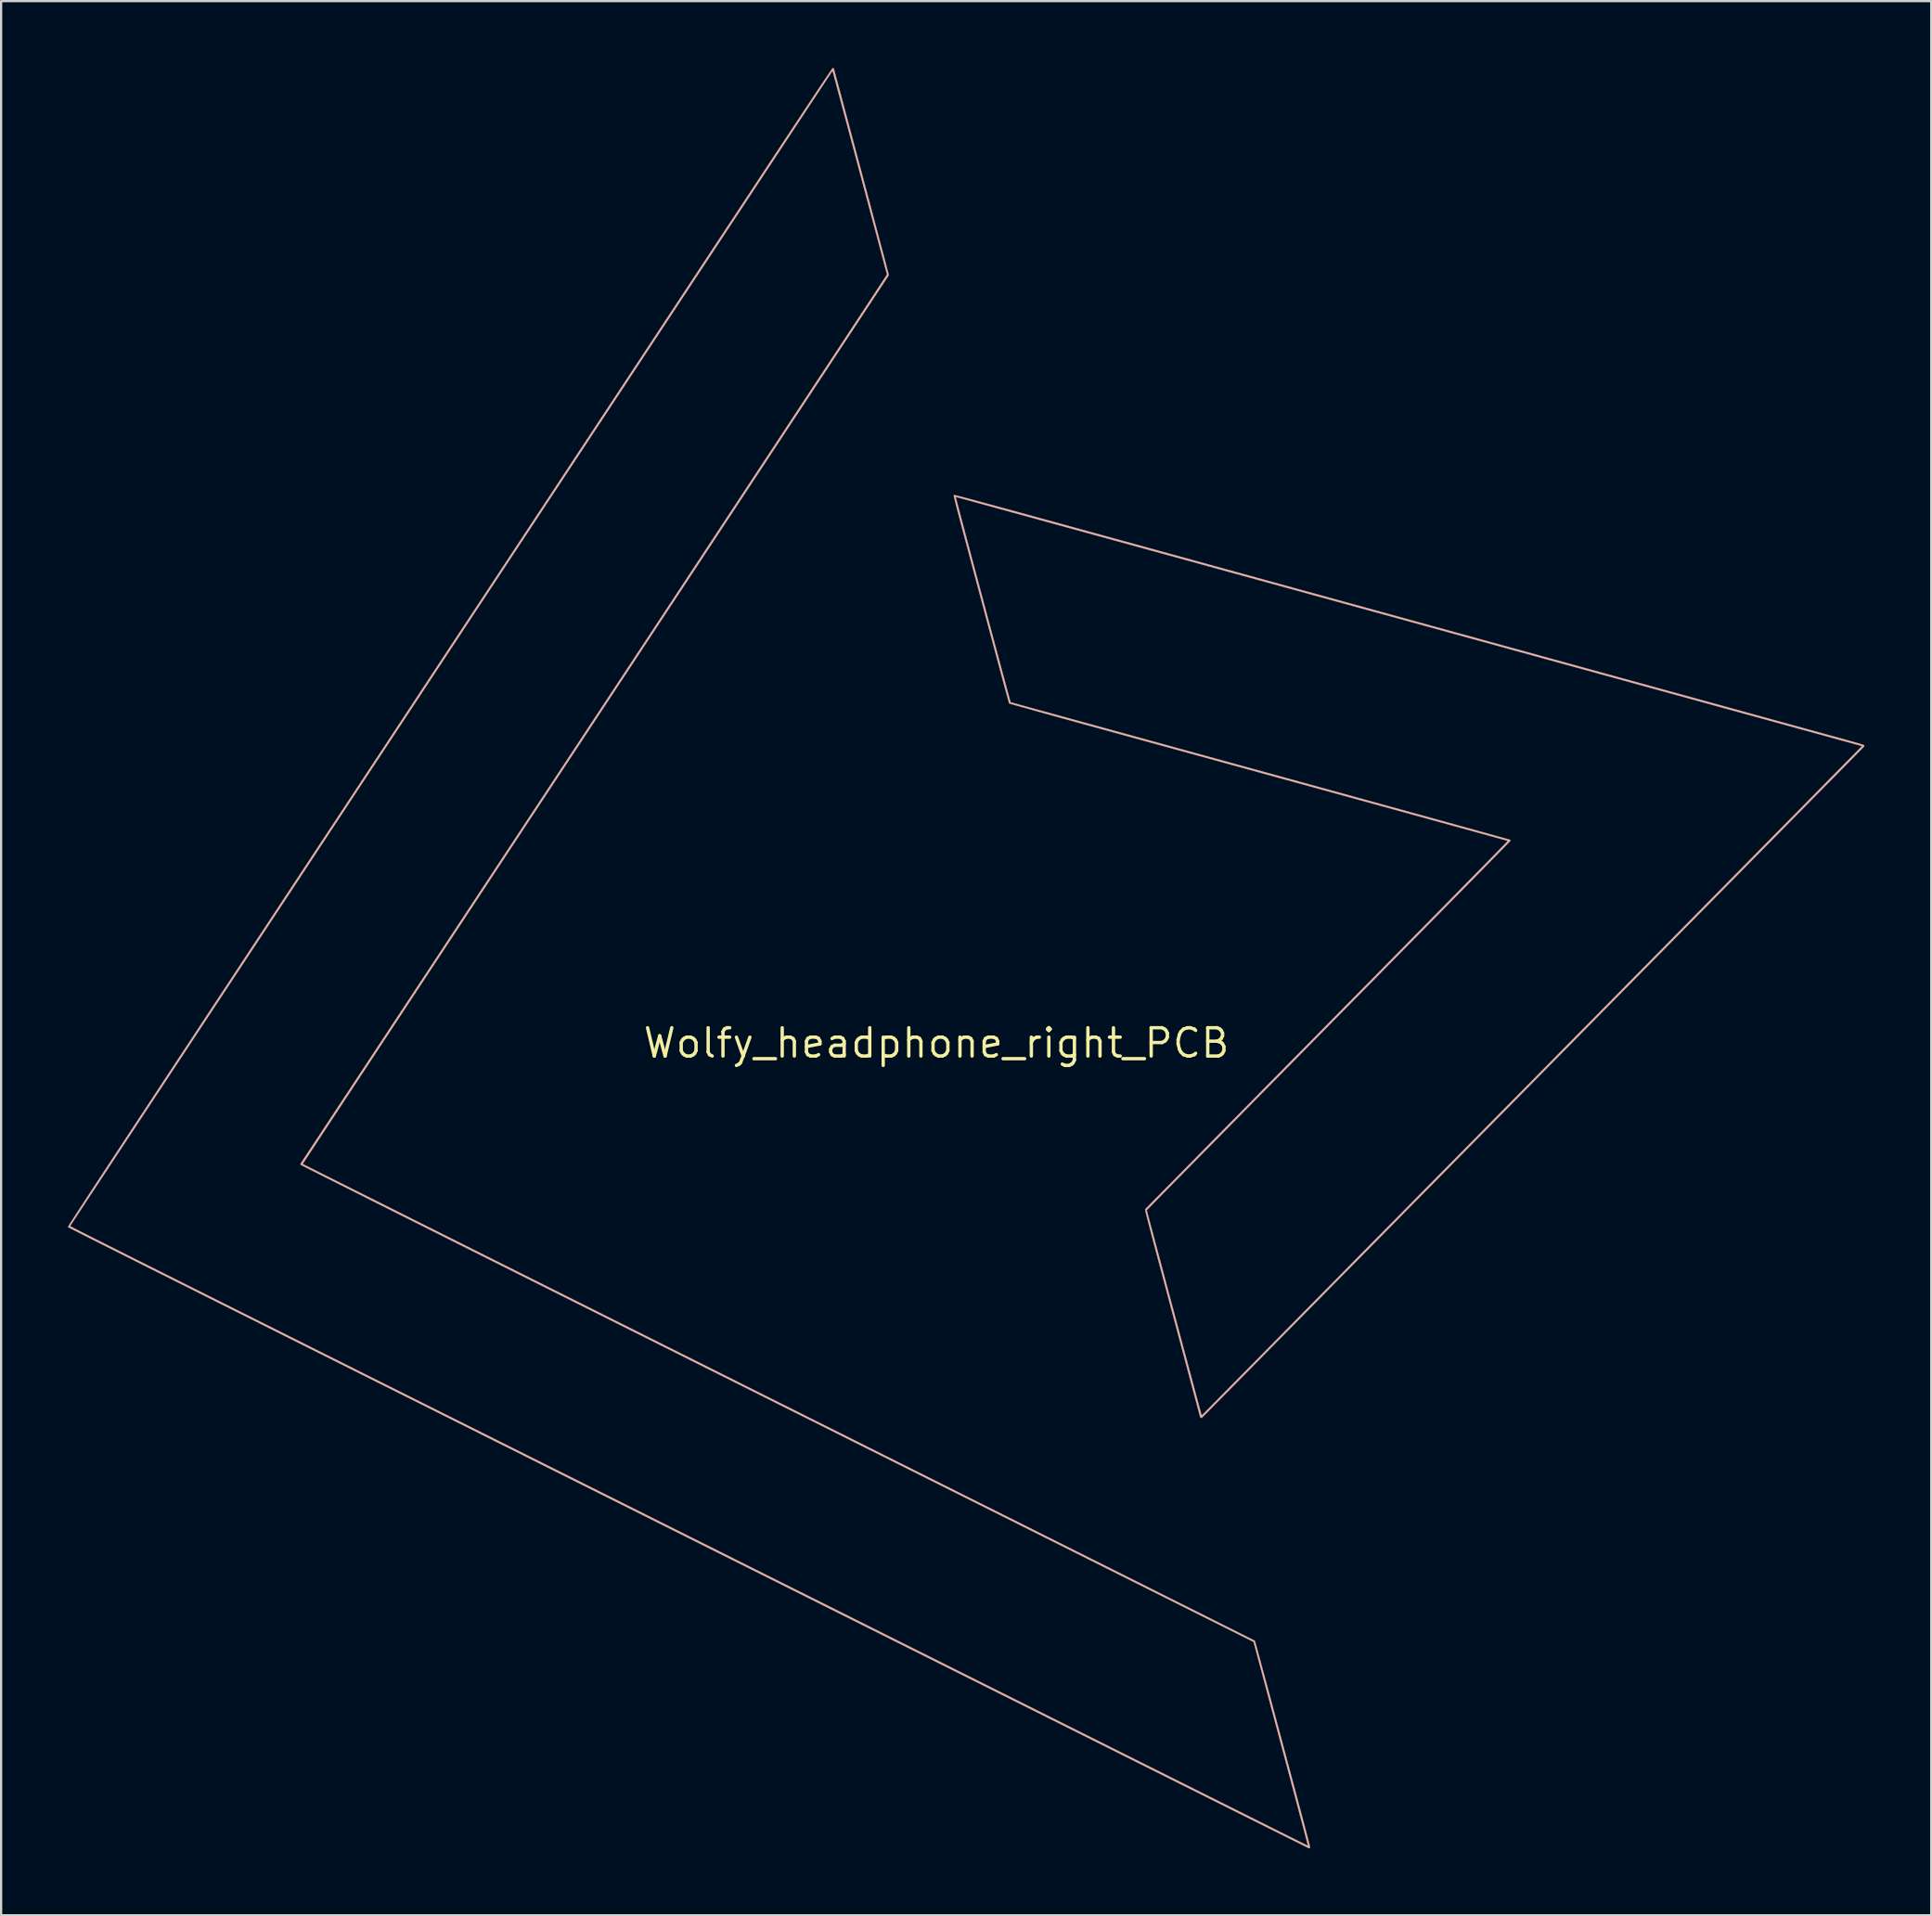
<source format=kicad_pcb>
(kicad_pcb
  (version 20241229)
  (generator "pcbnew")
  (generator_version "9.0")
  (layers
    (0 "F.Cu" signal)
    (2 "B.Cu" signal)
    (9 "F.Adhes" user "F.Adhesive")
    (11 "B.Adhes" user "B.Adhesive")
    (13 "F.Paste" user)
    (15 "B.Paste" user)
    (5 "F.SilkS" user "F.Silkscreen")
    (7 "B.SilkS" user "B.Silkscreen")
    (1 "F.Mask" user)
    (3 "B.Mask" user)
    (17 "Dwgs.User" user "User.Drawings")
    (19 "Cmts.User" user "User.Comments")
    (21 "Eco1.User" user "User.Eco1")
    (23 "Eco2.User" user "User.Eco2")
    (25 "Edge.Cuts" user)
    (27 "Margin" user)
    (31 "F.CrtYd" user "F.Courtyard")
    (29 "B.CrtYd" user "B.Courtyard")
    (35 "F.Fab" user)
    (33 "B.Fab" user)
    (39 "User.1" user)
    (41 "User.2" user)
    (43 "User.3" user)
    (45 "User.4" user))
  (footprint "Wolfy_headphone_right_PCB"
    (layer "F.Cu")
    (at 40.504 41.651)
    (property "Reference" "Wolfy_headphone_right_PCB" (at -1.5 2.15 0) (layer "F.SilkS") (effects (font (size 1.27 1.27) (thickness 0.15))))
    (attr through_hole)
    (fp_poly (pts (xy -0.703 -22.468) (xy -0.696 -22.467) (xy -0.686 -22.465) (xy -0.674 -22.463) (xy -0.658 -22.46) (xy -0.639 -22.456) (xy -0.616 -22.451) (xy -0.589 -22.444) (xy -0.557 -22.436) (xy -0.52 -22.427) (xy -0.478 -22.416) (xy -0.429 -22.404) (xy -0.375 -22.39) (xy -0.314 -22.373) (xy -0.246 -22.356) (xy -0.17 -22.335) (xy -0.087 -22.313) (xy 0.005 -22.289) (xy 0.104 -22.262) (xy 0.213 -22.233) (xy 0.331 -22.201) (xy 0.459 -22.166) (xy 0.597 -22.129) (xy 0.745 -22.088) (xy 0.904 -22.045) (xy 1.074 -21.999) (xy 1.256 -21.949) (xy 1.45 -21.896) (xy 1.656 -21.84) (xy 1.875 -21.78) (xy 2.107 -21.717) (xy 2.352 -21.649) (xy 2.611 -21.578) (xy 2.885 -21.503) (xy 3.173 -21.424) (xy 3.476 -21.341) (xy 3.795 -21.254) (xy 4.129 -21.162) (xy 4.48 -21.065) (xy 4.847 -20.965) (xy 5.231 -20.859) (xy 5.632 -20.749) (xy 6.051 -20.634) (xy 6.489 -20.513) (xy 6.944 -20.388) (xy 7.419 -20.258) (xy 7.913 -20.122) (xy 8.426 -19.981) (xy 8.959 -19.834) (xy 9.513 -19.682) (xy 10.087 -19.524) (xy 10.683 -19.36) (xy 11.3 -19.19) (xy 11.939 -19.014) (xy 12.601 -18.832) (xy 13.285 -18.644) (xy 13.992 -18.449) (xy 14.722 -18.248) (xy 15.477 -18.041) (xy 16.046 -17.884) (xy 16.875 -17.656) (xy 17.68 -17.435) (xy 18.461 -17.22) (xy 19.218 -17.011) (xy 19.953 -16.809) (xy 20.666 -16.613) (xy 21.356 -16.423) (xy 22.025 -16.239) (xy 22.673 -16.061) (xy 23.3 -15.888) (xy 23.907 -15.721) (xy 24.493 -15.56) (xy 25.061 -15.404) (xy 25.609 -15.253) (xy 26.138 -15.107) (xy 26.649 -14.967) (xy 27.142 -14.831) (xy 27.618 -14.7) (xy 28.077 -14.574) (xy 28.519 -14.452) (xy 28.945 -14.335) (xy 29.355 -14.222) (xy 29.75 -14.114) (xy 30.129 -14.009) (xy 30.494 -13.909) (xy 30.845 -13.812) (xy 31.183 -13.719) (xy 31.507 -13.63) (xy 31.818 -13.544) (xy 32.116 -13.462) (xy 32.403 -13.384) (xy 32.678 -13.308) (xy 32.941 -13.235) (xy 33.194 -13.166) (xy 33.436 -13.099) (xy 33.669 -13.035) (xy 33.891 -12.974) (xy 34.105 -12.915) (xy 34.31 -12.859) (xy 34.506 -12.805) (xy 34.694 -12.753) (xy 34.875 -12.703) (xy 35.049 -12.655) (xy 35.216 -12.609) (xy 35.377 -12.565) (xy 35.532 -12.522) (xy 35.682 -12.481) (xy 35.826 -12.442) (xy 35.966 -12.403) (xy 36.102 -12.366) (xy 36.234 -12.33) (xy 36.362 -12.294) (xy 36.488 -12.26) (xy 36.611 -12.226) (xy 36.731 -12.193) (xy 36.85 -12.16) (xy 36.968 -12.127) (xy 37.085 -12.095) (xy 37.201 -12.063) (xy 37.318 -12.031) (xy 37.434 -11.999) (xy 37.552 -11.967) (xy 37.67 -11.934) (xy 37.79 -11.901) (xy 37.912 -11.868) (xy 38.037 -11.834) (xy 38.124 -11.81) (xy 38.386 -11.737) (xy 38.625 -11.671) (xy 38.842 -11.612) (xy 39.038 -11.558) (xy 39.213 -11.509) (xy 39.369 -11.466) (xy 39.507 -11.427) (xy 39.629 -11.393) (xy 39.734 -11.363) (xy 39.825 -11.337) (xy 39.902 -11.315) (xy 39.967 -11.296) (xy 40.021 -11.28) (xy 40.063 -11.266) (xy 40.097 -11.255) (xy 40.123 -11.246) (xy 40.141 -11.238) (xy 40.153 -11.232) (xy 40.161 -11.227) (xy 40.165 -11.223) (xy 40.165 -11.223) (xy 40.173 -11.195) (xy 40.171 -11.178) (xy 40.162 -11.169) (xy 40.135 -11.142) (xy 40.091 -11.097) (xy 40.031 -11.035) (xy 39.954 -10.957) (xy 39.861 -10.863) (xy 39.752 -10.752) (xy 39.628 -10.626) (xy 39.489 -10.485) (xy 39.335 -10.329) (xy 39.167 -10.159) (xy 38.985 -9.974) (xy 38.79 -9.776) (xy 38.581 -9.564) (xy 38.36 -9.339) (xy 38.126 -9.102) (xy 37.88 -8.853) (xy 37.622 -8.591) (xy 37.353 -8.318) (xy 37.072 -8.034) (xy 36.781 -7.739) (xy 36.48 -7.433) (xy 36.169 -7.117) (xy 35.848 -6.792) (xy 35.518 -6.457) (xy 35.178 -6.113) (xy 34.831 -5.76) (xy 34.475 -5.399) (xy 34.111 -5.031) (xy 33.74 -4.654) (xy 33.361 -4.271) (xy 32.976 -3.88) (xy 32.585 -3.483) (xy 32.187 -3.08) (xy 31.784 -2.671) (xy 31.375 -2.256) (xy 30.961 -1.837) (xy 30.543 -1.413) (xy 30.12 -0.984) (xy 29.694 -0.552) (xy 29.264 -0.116) (xy 28.83 0.323) (xy 28.394 0.765) (xy 27.956 1.21) (xy 27.515 1.657) (xy 27.072 2.106) (xy 26.628 2.556) (xy 26.183 3.007) (xy 25.737 3.459) (xy 25.291 3.911) (xy 24.845 4.363) (xy 24.399 4.815) (xy 23.954 5.266) (xy 23.51 5.716) (xy 23.068 6.165) (xy 22.627 6.612) (xy 22.188 7.057) (xy 21.752 7.499) (xy 21.319 7.938) (xy 20.889 8.374) (xy 20.462 8.806) (xy 20.04 9.234) (xy 19.621 9.658) (xy 19.208 10.078) (xy 18.799 10.492) (xy 18.396 10.901) (xy 17.998 11.304) (xy 17.607 11.7) (xy 17.222 12.091) (xy 16.843 12.474) (xy 16.472 12.85) (xy 16.108 13.219) (xy 15.753 13.58) (xy 15.405 13.932) (xy 15.066 14.275) (xy 14.736 14.61) (xy 14.415 14.935) (xy 14.103 15.251) (xy 13.802 15.556) (xy 13.511 15.851) (xy 13.231 16.135) (xy 12.962 16.407) (xy 12.704 16.669) (xy 12.458 16.918) (xy 12.224 17.155) (xy 12.003 17.379) (xy 11.794 17.59) (xy 11.599 17.788) (xy 11.417 17.972) (xy 11.249 18.142) (xy 11.096 18.297) (xy 10.957 18.438) (xy 10.833 18.564) (xy 10.724 18.674) (xy 10.631 18.768) (xy 10.554 18.845) (xy 10.494 18.906) (xy 10.45 18.95) (xy 10.424 18.977) (xy 10.415 18.986) (xy 10.397 18.984) (xy 10.379 18.977) (xy 10.354 18.959) (xy 10.344 18.943) (xy 10.341 18.93) (xy 10.331 18.892) (xy 10.314 18.832) (xy 10.292 18.749) (xy 10.265 18.646) (xy 10.231 18.522) (xy 10.193 18.379) (xy 10.15 18.217) (xy 10.102 18.038) (xy 10.049 17.841) (xy 9.993 17.629) (xy 9.932 17.401) (xy 9.867 17.159) (xy 9.799 16.904) (xy 9.727 16.636) (xy 9.652 16.356) (xy 9.575 16.065) (xy 9.494 15.764) (xy 9.412 15.454) (xy 9.326 15.136) (xy 9.239 14.809) (xy 9.15 14.477) (xy 9.098 14.28) (xy 8.99 13.877) (xy 8.889 13.498) (xy 8.794 13.142) (xy 8.705 12.809) (xy 8.622 12.497) (xy 8.544 12.205) (xy 8.472 11.935) (xy 8.405 11.683) (xy 8.343 11.45) (xy 8.286 11.236) (xy 8.234 11.038) (xy 8.186 10.858) (xy 8.142 10.693) (xy 8.103 10.543) (xy 8.067 10.408) (xy 8.036 10.286) (xy 8.007 10.177) (xy 7.982 10.081) (xy 7.961 9.996) (xy 7.942 9.922) (xy 7.926 9.858) (xy 7.913 9.803) (xy 7.902 9.757) (xy 7.893 9.719) (xy 7.886 9.688) (xy 7.881 9.663) (xy 7.878 9.645) (xy 7.876 9.631) (xy 7.876 9.621) (xy 7.876 9.616) (xy 7.877 9.613) (xy 7.887 9.603) (xy 7.914 9.575) (xy 7.958 9.53) (xy 8.019 9.468) (xy 8.096 9.389) (xy 8.189 9.294) (xy 8.298 9.184) (xy 8.421 9.059) (xy 8.559 8.918) (xy 8.712 8.763) (xy 8.878 8.594) (xy 9.058 8.412) (xy 9.251 8.216) (xy 9.456 8.007) (xy 9.674 7.786) (xy 9.904 7.553) (xy 10.145 7.308) (xy 10.397 7.052) (xy 10.66 6.785) (xy 10.933 6.507) (xy 11.217 6.22) (xy 11.509 5.923) (xy 11.811 5.617) (xy 12.122 5.302) (xy 12.441 4.978) (xy 12.768 4.647) (xy 13.102 4.307) (xy 13.443 3.961) (xy 13.792 3.608) (xy 14.146 3.248) (xy 14.507 2.882) (xy 14.873 2.511) (xy 15.244 2.135) (xy 15.62 1.754) (xy 16 1.368) (xy 16.037 1.331) (xy 16.487 0.875) (xy 16.926 0.429) (xy 17.355 -0.006) (xy 17.773 -0.43) (xy 18.181 -0.843) (xy 18.577 -1.245) (xy 18.961 -1.636) (xy 19.334 -2.014) (xy 19.696 -2.381) (xy 20.044 -2.735) (xy 20.381 -3.077) (xy 20.705 -3.406) (xy 21.016 -3.722) (xy 21.314 -4.025) (xy 21.598 -4.314) (xy 21.869 -4.589) (xy 22.126 -4.851) (xy 22.369 -5.098) (xy 22.598 -5.33) (xy 22.812 -5.548) (xy 23.011 -5.752) (xy 23.196 -5.939) (xy 23.365 -6.112) (xy 23.518 -6.268) (xy 23.656 -6.409) (xy 23.778 -6.534) (xy 23.883 -6.642) (xy 23.972 -6.733) (xy 24.045 -6.808) (xy 24.1 -6.865) (xy 24.138 -6.905) (xy 24.159 -6.927) (xy 24.163 -6.932) (xy 24.15 -6.936) (xy 24.113 -6.946) (xy 24.053 -6.963) (xy 23.97 -6.986) (xy 23.866 -7.015) (xy 23.74 -7.05) (xy 23.594 -7.09) (xy 23.428 -7.136) (xy 23.242 -7.187) (xy 23.038 -7.243) (xy 22.816 -7.305) (xy 22.577 -7.371) (xy 22.321 -7.441) (xy 22.049 -7.516) (xy 21.761 -7.595) (xy 21.459 -7.679) (xy 21.143 -7.766) (xy 20.813 -7.856) (xy 20.471 -7.951) (xy 20.117 -8.048) (xy 19.751 -8.149) (xy 19.374 -8.253) (xy 18.987 -8.359) (xy 18.591 -8.468) (xy 18.186 -8.58) (xy 17.772 -8.693) (xy 17.351 -8.809) (xy 16.923 -8.927) (xy 16.489 -9.046) (xy 16.363 -9.081) (xy 15.898 -9.209) (xy 15.43 -9.338) (xy 14.957 -9.468) (xy 14.482 -9.598) (xy 14.006 -9.729) (xy 13.529 -9.86) (xy 13.053 -9.991) (xy 12.578 -10.122) (xy 12.107 -10.252) (xy 11.639 -10.38) (xy 11.177 -10.507) (xy 10.721 -10.633) (xy 10.272 -10.756) (xy 9.831 -10.877) (xy 9.4 -10.996) (xy 8.98 -11.112) (xy 8.571 -11.224) (xy 8.174 -11.333) (xy 7.792 -11.438) (xy 7.424 -11.539) (xy 7.072 -11.636) (xy 6.737 -11.728) (xy 6.421 -11.815) (xy 6.124 -11.897) (xy 5.847 -11.973) (xy 5.591 -12.044) (xy 5.358 -12.108) (xy 5.18 -12.156) (xy 4.893 -12.235) (xy 4.613 -12.313) (xy 4.339 -12.388) (xy 4.074 -12.461) (xy 3.818 -12.532) (xy 3.573 -12.6) (xy 3.339 -12.665) (xy 3.117 -12.726) (xy 2.908 -12.784) (xy 2.714 -12.839) (xy 2.534 -12.889) (xy 2.372 -12.934) (xy 2.226 -12.975) (xy 2.098 -13.011) (xy 1.99 -13.042) (xy 1.902 -13.067) (xy 1.835 -13.086) (xy 1.79 -13.099) (xy 1.769 -13.106) (xy 1.767 -13.107) (xy 1.762 -13.121) (xy 1.751 -13.158) (xy 1.735 -13.217) (xy 1.712 -13.299) (xy 1.684 -13.402) (xy 1.65 -13.526) (xy 1.611 -13.668) (xy 1.567 -13.83) (xy 1.519 -14.009) (xy 1.466 -14.205) (xy 1.408 -14.417) (xy 1.347 -14.645) (xy 1.282 -14.886) (xy 1.213 -15.142) (xy 1.141 -15.41) (xy 1.066 -15.689) (xy 0.988 -15.98) (xy 0.907 -16.281) (xy 0.824 -16.591) (xy 0.739 -16.91) (xy 0.652 -17.236) (xy 0.562 -17.569) (xy 0.506 -17.783) (xy 0.398 -18.185) (xy 0.297 -18.563) (xy 0.202 -18.918) (xy 0.113 -19.251) (xy 0.03 -19.562) (xy -0.047 -19.853) (xy -0.119 -20.123) (xy -0.186 -20.373) (xy -0.248 -20.605) (xy -0.305 -20.82) (xy -0.357 -21.016) (xy -0.405 -21.197) (xy -0.449 -21.361) (xy -0.488 -21.511) (xy -0.524 -21.646) (xy -0.556 -21.768) (xy -0.584 -21.877) (xy -0.609 -21.973) (xy -0.631 -22.059) (xy -0.65 -22.133) (xy -0.666 -22.198) (xy -0.68 -22.253) (xy -0.691 -22.3) (xy -0.7 -22.34) (xy -0.707 -22.372) (xy -0.709 -22.382) (xy -0.632 -22.382) (xy -0.63 -22.369) (xy -0.621 -22.333) (xy -0.606 -22.274) (xy -0.585 -22.194) (xy -0.559 -22.094) (xy -0.527 -21.974) (xy -0.491 -21.836) (xy -0.45 -21.68) (xy -0.405 -21.508) (xy -0.355 -21.322) (xy -0.302 -21.12) (xy -0.245 -20.906) (xy -0.185 -20.68) (xy -0.122 -20.442) (xy -0.056 -20.195) (xy 0.012 -19.938) (xy 0.083 -19.674) (xy 0.155 -19.402) (xy 0.229 -19.125) (xy 0.305 -18.843) (xy 0.381 -18.557) (xy 0.458 -18.268) (xy 0.536 -17.977) (xy 0.614 -17.686) (xy 0.692 -17.395) (xy 0.769 -17.105) (xy 0.846 -16.818) (xy 0.922 -16.534) (xy 0.997 -16.254) (xy 1.07 -15.98) (xy 1.142 -15.713) (xy 1.212 -15.453) (xy 1.28 -15.201) (xy 1.345 -14.959) (xy 1.407 -14.728) (xy 1.466 -14.509) (xy 1.522 -14.302) (xy 1.574 -14.109) (xy 1.622 -13.931) (xy 1.666 -13.768) (xy 1.705 -13.623) (xy 1.74 -13.495) (xy 1.77 -13.387) (xy 1.794 -13.298) (xy 1.813 -13.23) (xy 1.826 -13.184) (xy 1.833 -13.162) (xy 1.834 -13.159) (xy 1.847 -13.155) (xy 1.884 -13.145) (xy 1.943 -13.129) (xy 2.024 -13.107) (xy 2.125 -13.079) (xy 2.246 -13.045) (xy 2.386 -13.007) (xy 2.543 -12.964) (xy 2.717 -12.916) (xy 2.907 -12.864) (xy 3.111 -12.807) (xy 3.33 -12.747) (xy 3.561 -12.684) (xy 3.804 -12.617) (xy 4.058 -12.547) (xy 4.322 -12.475) (xy 4.594 -12.4) (xy 4.875 -12.323) (xy 5.163 -12.243) (xy 5.358 -12.19) (xy 6.286 -11.935) (xy 7.189 -11.687) (xy 8.068 -11.445) (xy 8.923 -11.21) (xy 9.753 -10.982) (xy 10.56 -10.76) (xy 11.342 -10.545) (xy 12.101 -10.336) (xy 12.836 -10.134) (xy 13.547 -9.939) (xy 14.234 -9.749) (xy 14.898 -9.567) (xy 15.538 -9.391) (xy 16.155 -9.221) (xy 16.749 -9.058) (xy 17.319 -8.9) (xy 17.866 -8.75) (xy 18.39 -8.605) (xy 18.891 -8.467) (xy 19.37 -8.336) (xy 19.825 -8.21) (xy 20.258 -8.091) (xy 20.668 -7.978) (xy 21.055 -7.871) (xy 21.42 -7.77) (xy 21.763 -7.676) (xy 22.083 -7.587) (xy 22.381 -7.505) (xy 22.657 -7.428) (xy 22.911 -7.358) (xy 23.143 -7.294) (xy 23.353 -7.236) (xy 23.541 -7.183) (xy 23.707 -7.137) (xy 23.852 -7.097) (xy 23.975 -7.062) (xy 24.077 -7.033) (xy 24.157 -7.011) (xy 24.216 -6.994) (xy 24.254 -6.983) (xy 24.271 -6.977) (xy 24.272 -6.977) (xy 24.278 -6.953) (xy 24.278 -6.935) (xy 24.269 -6.924) (xy 24.242 -6.896) (xy 24.198 -6.85) (xy 24.136 -6.786) (xy 24.058 -6.705) (xy 23.963 -6.607) (xy 23.851 -6.493) (xy 23.722 -6.361) (xy 23.577 -6.213) (xy 23.416 -6.049) (xy 23.24 -5.869) (xy 23.047 -5.673) (xy 22.839 -5.461) (xy 22.616 -5.234) (xy 22.378 -4.992) (xy 22.125 -4.734) (xy 21.857 -4.462) (xy 21.575 -4.175) (xy 21.278 -3.874) (xy 20.968 -3.558) (xy 20.643 -3.229) (xy 20.305 -2.885) (xy 19.953 -2.528) (xy 19.588 -2.158) (xy 19.21 -1.774) (xy 18.819 -1.377) (xy 18.416 -0.967) (xy 18 -0.545) (xy 17.571 -0.111) (xy 17.131 0.336) (xy 16.678 0.795) (xy 16.318 1.16) (xy 15.941 1.543) (xy 15.567 1.922) (xy 15.198 2.296) (xy 14.833 2.666) (xy 14.474 3.03) (xy 14.12 3.389) (xy 13.772 3.742) (xy 13.431 4.088) (xy 13.096 4.427) (xy 12.769 4.759) (xy 12.449 5.083) (xy 12.138 5.399) (xy 11.835 5.707) (xy 11.541 6.005) (xy 11.256 6.294) (xy 10.981 6.573) (xy 10.716 6.842) (xy 10.461 7.1) (xy 10.218 7.347) (xy 9.986 7.582) (xy 9.765 7.806) (xy 9.557 8.017) (xy 9.362 8.215) (xy 9.179 8.4) (xy 9.01 8.572) (xy 8.855 8.729) (xy 8.714 8.872) (xy 8.588 9) (xy 8.477 9.113) (xy 8.382 9.21) (xy 8.302 9.291) (xy 8.239 9.355) (xy 8.192 9.403) (xy 8.163 9.433) (xy 8.154 9.442) (xy 7.946 9.656) (xy 9.174 14.257) (xy 9.264 14.591) (xy 9.352 14.92) (xy 9.437 15.241) (xy 9.521 15.554) (xy 9.603 15.859) (xy 9.682 16.154) (xy 9.758 16.438) (xy 9.831 16.711) (xy 9.901 16.972) (xy 9.967 17.22) (xy 10.03 17.454) (xy 10.088 17.673) (xy 10.143 17.877) (xy 10.193 18.064) (xy 10.239 18.233) (xy 10.279 18.385) (xy 10.315 18.518) (xy 10.345 18.63) (xy 10.37 18.722) (xy 10.389 18.793) (xy 10.402 18.841) (xy 10.409 18.865) (xy 10.41 18.869) (xy 10.421 18.864) (xy 10.446 18.843) (xy 10.483 18.808) (xy 10.53 18.763) (xy 10.584 18.709) (xy 10.602 18.69) (xy 10.618 18.675) (xy 10.65 18.641) (xy 10.701 18.59) (xy 10.768 18.522) (xy 10.851 18.437) (xy 10.951 18.336) (xy 11.068 18.218) (xy 11.199 18.084) (xy 11.347 17.935) (xy 11.509 17.77) (xy 11.686 17.59) (xy 11.878 17.396) (xy 12.084 17.187) (xy 12.304 16.964) (xy 12.538 16.727) (xy 12.785 16.476) (xy 13.045 16.213) (xy 13.318 15.936) (xy 13.603 15.647) (xy 13.9 15.345) (xy 14.209 15.032) (xy 14.53 14.707) (xy 14.862 14.37) (xy 15.205 14.022) (xy 15.558 13.664) (xy 15.922 13.295) (xy 16.296 12.916) (xy 16.68 12.527) (xy 17.073 12.128) (xy 17.475 11.72) (xy 17.886 11.304) (xy 18.306 10.878) (xy 18.734 10.444) (xy 19.17 10.002) (xy 19.613 9.553) (xy 20.064 9.096) (xy 20.522 8.631) (xy 20.987 8.16) (xy 21.458 7.683) (xy 21.935 7.199) (xy 22.418 6.709) (xy 22.907 6.214) (xy 23.401 5.713) (xy 23.9 5.207) (xy 24.403 4.697) (xy 24.911 4.182) (xy 25.423 3.663) (xy 25.424 3.662) (xy 25.935 3.144) (xy 26.442 2.63) (xy 26.944 2.121) (xy 27.442 1.617) (xy 27.934 1.118) (xy 28.421 0.624) (xy 28.902 0.136) (xy 29.377 -0.345) (xy 29.846 -0.821) (xy 30.308 -1.289) (xy 30.763 -1.751) (xy 31.211 -2.205) (xy 31.652 -2.652) (xy 32.085 -3.091) (xy 32.509 -3.521) (xy 32.926 -3.943) (xy 33.333 -4.357) (xy 33.732 -4.761) (xy 34.121 -5.156) (xy 34.501 -5.541) (xy 34.871 -5.916) (xy 35.231 -6.281) (xy 35.58 -6.635) (xy 35.919 -6.978) (xy 36.246 -7.311) (xy 36.563 -7.631) (xy 36.867 -7.94) (xy 37.16 -8.237) (xy 37.44 -8.522) (xy 37.708 -8.793) (xy 37.964 -9.052) (xy 38.206 -9.298) (xy 38.434 -9.53) (xy 38.649 -9.748) (xy 38.85 -9.952) (xy 39.037 -10.141) (xy 39.209 -10.316) (xy 39.366 -10.475) (xy 39.509 -10.62) (xy 39.635 -10.748) (xy 39.746 -10.861) (xy 39.841 -10.957) (xy 39.919 -11.037) (xy 39.981 -11.1) (xy 40.026 -11.145) (xy 40.054 -11.174) (xy 40.064 -11.184) (xy 40.064 -11.184) (xy 40.054 -11.191) (xy 40.026 -11.202) (xy 39.983 -11.215) (xy 39.969 -11.219) (xy 39.953 -11.223) (xy 39.914 -11.234) (xy 39.85 -11.251) (xy 39.763 -11.275) (xy 39.654 -11.305) (xy 39.522 -11.342) (xy 39.368 -11.384) (xy 39.192 -11.432) (xy 38.995 -11.486) (xy 38.778 -11.546) (xy 38.539 -11.612) (xy 38.281 -11.683) (xy 38.003 -11.759) (xy 37.706 -11.841) (xy 37.39 -11.928) (xy 37.056 -12.02) (xy 36.704 -12.117) (xy 36.334 -12.219) (xy 35.947 -12.325) (xy 35.543 -12.436) (xy 35.123 -12.552) (xy 34.687 -12.672) (xy 34.235 -12.796) (xy 33.768 -12.924) (xy 33.286 -13.057) (xy 32.79 -13.193) (xy 32.28 -13.334) (xy 31.757 -13.478) (xy 31.22 -13.625) (xy 30.671 -13.777) (xy 30.109 -13.931) (xy 29.536 -14.089) (xy 28.951 -14.25) (xy 28.355 -14.414) (xy 27.748 -14.581) (xy 27.131 -14.751) (xy 26.504 -14.923) (xy 25.867 -15.098) (xy 25.222 -15.276) (xy 24.567 -15.456) (xy 23.905 -15.638) (xy 23.235 -15.823) (xy 22.557 -16.009) (xy 21.872 -16.198) (xy 21.181 -16.388) (xy 20.483 -16.58) (xy 19.779 -16.774) (xy 19.622 -16.817) (xy 18.918 -17.011) (xy 18.219 -17.203) (xy 17.527 -17.393) (xy 16.841 -17.582) (xy 16.163 -17.769) (xy 15.492 -17.953) (xy 14.829 -18.136) (xy 14.174 -18.316) (xy 13.527 -18.494) (xy 12.89 -18.669) (xy 12.262 -18.841) (xy 11.644 -19.011) (xy 11.036 -19.179) (xy 10.439 -19.343) (xy 9.854 -19.504) (xy 9.279 -19.662) (xy 8.717 -19.816) (xy 8.166 -19.968) (xy 7.629 -20.115) (xy 7.104 -20.26) (xy 6.593 -20.4) (xy 6.096 -20.537) (xy 5.614 -20.669) (xy 5.146 -20.798) (xy 4.693 -20.922) (xy 4.255 -21.042) (xy 3.834 -21.158) (xy 3.429 -21.269) (xy 3.04 -21.376) (xy 2.669 -21.478) (xy 2.315 -21.575) (xy 1.979 -21.667) (xy 1.662 -21.755) (xy 1.363 -21.836) (xy 1.083 -21.913) (xy 0.823 -21.984) (xy 0.583 -22.05) (xy 0.364 -22.111) (xy 0.165 -22.165) (xy -0.013 -22.214) (xy -0.17 -22.256) (xy -0.304 -22.293) (xy -0.416 -22.324) (xy -0.505 -22.348) (xy -0.571 -22.366) (xy -0.613 -22.377) (xy -0.632 -22.382) (xy -0.632 -22.382) (xy -0.709 -22.382) (xy -0.713 -22.398) (xy -0.716 -22.418) (xy -0.719 -22.434) (xy -0.72 -22.446) (xy -0.72 -22.454) (xy -0.719 -22.459) (xy -0.717 -22.463) (xy -0.715 -22.465) (xy -0.715 -22.466) (xy -0.714 -22.467) (xy -0.712 -22.467) (xy -0.708 -22.468) (xy -0.703 -22.468)) (stroke (width 0.01) (type solid)) (fill yes) (layer "B.SilkS"))
    (fp_poly (pts (xy -6.124 -41.638) (xy -6.113 -41.634) (xy -6.109 -41.621) (xy -6.098 -41.584) (xy -6.082 -41.526) (xy -6.061 -41.445) (xy -6.033 -41.345) (xy -6.001 -41.225) (xy -5.964 -41.086) (xy -5.922 -40.931) (xy -5.876 -40.759) (xy -5.825 -40.571) (xy -5.771 -40.37) (xy -5.714 -40.155) (xy -5.653 -39.928) (xy -5.589 -39.69) (xy -5.523 -39.442) (xy -5.454 -39.185) (xy -5.384 -38.92) (xy -5.311 -38.648) (xy -5.237 -38.369) (xy -5.161 -38.086) (xy -5.085 -37.799) (xy -5.007 -37.509) (xy -4.929 -37.218) (xy -4.851 -36.925) (xy -4.774 -36.633) (xy -4.696 -36.342) (xy -4.619 -36.053) (xy -4.543 -35.767) (xy -4.468 -35.486) (xy -4.395 -35.211) (xy -4.323 -34.941) (xy -4.254 -34.68) (xy -4.186 -34.426) (xy -4.121 -34.182) (xy -4.06 -33.949) (xy -4.001 -33.727) (xy -3.945 -33.518) (xy -3.893 -33.323) (xy -3.845 -33.142) (xy -3.802 -32.977) (xy -3.763 -32.828) (xy -3.728 -32.698) (xy -3.699 -32.586) (xy -3.675 -32.494) (xy -3.656 -32.423) (xy -3.644 -32.374) (xy -3.637 -32.347) (xy -3.636 -32.343) (xy -3.643 -32.332) (xy -3.664 -32.3) (xy -3.699 -32.247) (xy -3.746 -32.174) (xy -3.807 -32.082) (xy -3.881 -31.969) (xy -3.967 -31.838) (xy -4.066 -31.687) (xy -4.178 -31.518) (xy -4.301 -31.331) (xy -4.436 -31.126) (xy -4.583 -30.903) (xy -4.741 -30.663) (xy -4.91 -30.406) (xy -5.09 -30.132) (xy -5.281 -29.842) (xy -5.483 -29.536) (xy -5.695 -29.215) (xy -5.917 -28.878) (xy -6.149 -28.526) (xy -6.39 -28.16) (xy -6.641 -27.779) (xy -6.902 -27.384) (xy -7.171 -26.976) (xy -7.449 -26.554) (xy -7.735 -26.119) (xy -8.031 -25.672) (xy -8.334 -25.212) (xy -8.645 -24.74) (xy -8.964 -24.257) (xy -9.29 -23.762) (xy -9.624 -23.256) (xy -9.964 -22.739) (xy -10.312 -22.212) (xy -10.666 -21.675) (xy -11.027 -21.129) (xy -11.394 -20.572) (xy -11.767 -20.007) (xy -12.145 -19.433) (xy -12.53 -18.85) (xy -12.919 -18.26) (xy -13.314 -17.662) (xy -13.714 -17.056) (xy -14.118 -16.443) (xy -14.527 -15.823) (xy -14.94 -15.197) (xy -15.357 -14.565) (xy -15.778 -13.927) (xy -16.203 -13.283) (xy -16.631 -12.635) (xy -16.8 -12.378) (xy -17.229 -11.727) (xy -17.655 -11.082) (xy -18.078 -10.441) (xy -18.496 -9.807) (xy -18.911 -9.178) (xy -19.321 -8.556) (xy -19.728 -7.941) (xy -20.129 -7.332) (xy -20.526 -6.731) (xy -20.917 -6.137) (xy -21.304 -5.552) (xy -21.684 -4.975) (xy -22.06 -4.406) (xy -22.429 -3.846) (xy -22.792 -3.296) (xy -23.149 -2.755) (xy -23.499 -2.224) (xy -23.842 -1.704) (xy -24.179 -1.194) (xy -24.508 -0.694) (xy -24.83 -0.207) (xy -25.144 0.27) (xy -25.45 0.734) (xy -25.748 1.186) (xy -26.038 1.626) (xy -26.32 2.052) (xy -26.592 2.466) (xy -26.856 2.866) (xy -27.111 3.252) (xy -27.356 3.624) (xy -27.591 3.981) (xy -27.817 4.323) (xy -28.033 4.651) (xy -28.239 4.963) (xy -28.434 5.259) (xy -28.618 5.538) (xy -28.792 5.802) (xy -28.954 6.048) (xy -29.106 6.278) (xy -29.245 6.49) (xy -29.373 6.684) (xy -29.489 6.86) (xy -29.593 7.017) (xy -29.684 7.156) (xy -29.763 7.276) (xy -29.829 7.376) (xy -29.882 7.456) (xy -29.921 7.517) (xy -29.948 7.557) (xy -29.96 7.576) (xy -29.961 7.578) (xy -29.95 7.584) (xy -29.916 7.601) (xy -29.861 7.629) (xy -29.783 7.668) (xy -29.685 7.718) (xy -29.565 7.778) (xy -29.425 7.849) (xy -29.264 7.929) (xy -29.084 8.02) (xy -28.884 8.12) (xy -28.665 8.23) (xy -28.427 8.35) (xy -28.17 8.478) (xy -27.896 8.616) (xy -27.603 8.763) (xy -27.293 8.918) (xy -26.966 9.082) (xy -26.622 9.254) (xy -26.262 9.435) (xy -25.886 9.623) (xy -25.494 9.82) (xy -25.087 10.024) (xy -24.664 10.236) (xy -24.227 10.454) (xy -23.776 10.68) (xy -23.311 10.913) (xy -22.832 11.153) (xy -22.34 11.4) (xy -21.835 11.653) (xy -21.317 11.912) (xy -20.787 12.177) (xy -20.246 12.448) (xy -19.693 12.725) (xy -19.129 13.008) (xy -18.553 13.296) (xy -17.968 13.589) (xy -17.372 13.887) (xy -16.767 14.19) (xy -16.152 14.498) (xy -15.528 14.81) (xy -14.896 15.126) (xy -14.255 15.447) (xy -13.606 15.772) (xy -12.95 16.1) (xy -12.286 16.432) (xy -11.615 16.768) (xy -10.938 17.107) (xy -10.255 17.449) (xy -9.565 17.794) (xy -8.87 18.142) (xy -8.591 18.282) (xy -7.893 18.63) (xy -7.202 18.977) (xy -6.516 19.32) (xy -5.836 19.66) (xy -5.162 19.997) (xy -4.495 20.331) (xy -3.836 20.661) (xy -3.184 20.987) (xy -2.539 21.31) (xy -1.903 21.628) (xy -1.276 21.942) (xy -0.657 22.252) (xy -0.047 22.557) (xy 0.552 22.857) (xy 1.142 23.152) (xy 1.722 23.442) (xy 2.291 23.727) (xy 2.849 24.006) (xy 3.395 24.28) (xy 3.93 24.548) (xy 4.453 24.81) (xy 4.964 25.065) (xy 5.461 25.314) (xy 5.946 25.557) (xy 6.417 25.793) (xy 6.875 26.022) (xy 7.318 26.244) (xy 7.747 26.459) (xy 8.16 26.666) (xy 8.559 26.866) (xy 8.942 27.058) (xy 9.309 27.242) (xy 9.66 27.417) (xy 9.995 27.585) (xy 10.312 27.744) (xy 10.612 27.894) (xy 10.894 28.036) (xy 11.159 28.168) (xy 11.405 28.292) (xy 11.632 28.406) (xy 11.84 28.51) (xy 12.029 28.605) (xy 12.198 28.69) (xy 12.347 28.764) (xy 12.475 28.829) (xy 12.583 28.883) (xy 12.669 28.926) (xy 12.734 28.959) (xy 12.777 28.981) (xy 12.798 28.992) (xy 12.8 28.993) (xy 12.805 29.006) (xy 12.816 29.044) (xy 12.833 29.104) (xy 12.856 29.186) (xy 12.885 29.29) (xy 12.919 29.414) (xy 12.958 29.559) (xy 13.003 29.722) (xy 13.052 29.903) (xy 13.106 30.102) (xy 13.164 30.317) (xy 13.227 30.548) (xy 13.293 30.795) (xy 13.364 31.055) (xy 13.438 31.329) (xy 13.515 31.616) (xy 13.595 31.914) (xy 13.678 32.224) (xy 13.764 32.544) (xy 13.852 32.873) (xy 13.943 33.211) (xy 14.036 33.557) (xy 14.059 33.643) (xy 14.167 34.046) (xy 14.268 34.425) (xy 14.363 34.782) (xy 14.453 35.115) (xy 14.536 35.427) (xy 14.614 35.719) (xy 14.686 35.99) (xy 14.753 36.241) (xy 14.815 36.474) (xy 14.872 36.688) (xy 14.925 36.886) (xy 14.973 37.066) (xy 15.016 37.231) (xy 15.056 37.381) (xy 15.091 37.516) (xy 15.123 37.637) (xy 15.151 37.745) (xy 15.176 37.842) (xy 15.198 37.926) (xy 15.216 38) (xy 15.232 38.063) (xy 15.246 38.117) (xy 15.256 38.162) (xy 15.265 38.2) (xy 15.271 38.23) (xy 15.276 38.253) (xy 15.279 38.271) (xy 15.281 38.284) (xy 15.281 38.292) (xy 15.28 38.297) (xy 15.279 38.297) (xy 15.256 38.315) (xy 15.24 38.318) (xy 15.228 38.313) (xy 15.194 38.296) (xy 15.137 38.268) (xy 15.059 38.229) (xy 14.959 38.179) (xy 14.839 38.119) (xy 14.697 38.048) (xy 14.535 37.967) (xy 14.352 37.876) (xy 14.15 37.775) (xy 13.927 37.664) (xy 13.686 37.544) (xy 13.425 37.414) (xy 13.146 37.274) (xy 12.849 37.125) (xy 12.533 36.968) (xy 12.199 36.801) (xy 11.848 36.626) (xy 11.48 36.441) (xy 11.095 36.249) (xy 10.693 36.048) (xy 10.276 35.839) (xy 9.842 35.622) (xy 9.392 35.398) (xy 8.927 35.165) (xy 8.448 34.925) (xy 7.953 34.678) (xy 7.444 34.424) (xy 6.921 34.162) (xy 6.384 33.893) (xy 5.834 33.618) (xy 5.27 33.336) (xy 4.694 33.048) (xy 4.104 32.753) (xy 3.503 32.453) (xy 2.89 32.146) (xy 2.265 31.833) (xy 1.629 31.515) (xy 0.981 31.191) (xy 0.323 30.862) (xy -0.345 30.528) (xy -1.024 30.188) (xy -1.712 29.844) (xy -2.41 29.495) (xy -3.117 29.141) (xy -3.833 28.783) (xy -4.557 28.421) (xy -5.29 28.054) (xy -6.031 27.684) (xy -6.779 27.309) (xy -7.535 26.931) (xy -8.298 26.549) (xy -9.067 26.164) (xy -9.843 25.776) (xy -10.625 25.385) (xy -11.413 24.991) (xy -12.206 24.594) (xy -12.632 24.381) (xy -13.627 23.883) (xy -14.599 23.396) (xy -15.549 22.921) (xy -16.477 22.456) (xy -17.384 22.003) (xy -18.269 21.56) (xy -19.132 21.128) (xy -19.974 20.706) (xy -20.796 20.295) (xy -21.597 19.895) (xy -22.377 19.504) (xy -23.137 19.124) (xy -23.877 18.753) (xy -24.598 18.392) (xy -25.299 18.042) (xy -25.98 17.7) (xy -26.643 17.369) (xy -27.287 17.047) (xy -27.912 16.734) (xy -28.518 16.43) (xy -29.107 16.135) (xy -29.677 15.85) (xy -30.23 15.573) (xy -30.766 15.305) (xy -31.284 15.045) (xy -31.785 14.794) (xy -32.269 14.551) (xy -32.737 14.317) (xy -33.189 14.091) (xy -33.624 13.873) (xy -34.044 13.663) (xy -34.448 13.46) (xy -34.836 13.265) (xy -35.209 13.078) (xy -35.568 12.899) (xy -35.911 12.727) (xy -36.24 12.561) (xy -36.555 12.404) (xy -36.856 12.253) (xy -37.143 12.109) (xy -37.416 11.972) (xy -37.676 11.841) (xy -37.923 11.717) (xy -38.157 11.6) (xy -38.378 11.488) (xy -38.587 11.383) (xy -38.783 11.285) (xy -38.968 11.192) (xy -39.141 11.105) (xy -39.302 11.023) (xy -39.452 10.948) (xy -39.591 10.878) (xy -39.718 10.813) (xy -39.836 10.754) (xy -39.943 10.7) (xy -40.04 10.651) (xy -40.126 10.606) (xy -40.204 10.567) (xy -40.271 10.533) (xy -40.33 10.503) (xy -40.379 10.477) (xy -40.419 10.456) (xy -40.451 10.439) (xy -40.475 10.427) (xy -40.49 10.418) (xy -40.498 10.414) (xy -40.499 10.413) (xy -40.499 10.411) (xy -40.499 10.408) (xy -40.497 10.404) (xy -40.494 10.398) (xy -40.49 10.39) (xy -40.485 10.38) (xy -40.479 10.369) (xy -40.407 10.369) (xy -40.402 10.373) (xy -40.386 10.382) (xy -40.36 10.396) (xy -40.322 10.416) (xy -40.273 10.441) (xy -40.212 10.473) (xy -40.139 10.51) (xy -40.054 10.553) (xy -39.956 10.603) (xy -39.846 10.659) (xy -39.722 10.722) (xy -39.586 10.791) (xy -39.436 10.866) (xy -39.272 10.949) (xy -39.094 11.039) (xy -38.902 11.135) (xy -38.696 11.239) (xy -38.475 11.35) (xy -38.238 11.469) (xy -37.987 11.596) (xy -37.72 11.73) (xy -37.437 11.872) (xy -37.138 12.022) (xy -36.823 12.18) (xy -36.491 12.346) (xy -36.143 12.521) (xy -35.778 12.704) (xy -35.395 12.896) (xy -34.995 13.097) (xy -34.576 13.306) (xy -34.14 13.525) (xy -33.686 13.752) (xy -33.213 13.989) (xy -32.721 14.236) (xy -32.21 14.491) (xy -31.68 14.757) (xy -31.13 15.032) (xy -30.561 15.317) (xy -29.971 15.612) (xy -29.361 15.918) (xy -28.731 16.233) (xy -28.079 16.559) (xy -27.407 16.896) (xy -26.713 17.243) (xy -25.997 17.601) (xy -25.26 17.97) (xy -24.501 18.35) (xy -23.719 18.742) (xy -23.386 18.908) (xy -22.204 19.499) (xy -21.045 20.079) (xy -19.908 20.648) (xy -18.794 21.206) (xy -17.701 21.752) (xy -16.631 22.288) (xy -15.581 22.813) (xy -14.554 23.327) (xy -13.547 23.831) (xy -12.562 24.324) (xy -11.597 24.807) (xy -10.653 25.279) (xy -9.73 25.741) (xy -8.827 26.193) (xy -7.944 26.635) (xy -7.081 27.066) (xy -6.237 27.488) (xy -5.414 27.9) (xy -4.609 28.303) (xy -3.824 28.696) (xy -3.058 29.079) (xy -2.311 29.453) (xy -1.582 29.817) (xy -0.872 30.173) (xy -0.18 30.519) (xy 0.493 30.856) (xy 1.149 31.184) (xy 1.787 31.503) (xy 2.408 31.814) (xy 3.011 32.116) (xy 3.597 32.409) (xy 4.166 32.693) (xy 4.718 32.97) (xy 5.254 33.238) (xy 5.773 33.497) (xy 6.276 33.749) (xy 6.763 33.993) (xy 7.234 34.228) (xy 7.689 34.456) (xy 8.129 34.676) (xy 8.554 34.888) (xy 8.963 35.093) (xy 9.357 35.29) (xy 9.737 35.48) (xy 10.102 35.663) (xy 10.452 35.838) (xy 10.789 36.006) (xy 11.111 36.167) (xy 11.42 36.322) (xy 11.714 36.469) (xy 11.996 36.61) (xy 12.264 36.744) (xy 12.519 36.871) (xy 12.761 36.992) (xy 12.99 37.107) (xy 13.207 37.215) (xy 13.411 37.318) (xy 13.603 37.414) (xy 13.783 37.504) (xy 13.952 37.588) (xy 14.108 37.666) (xy 14.254 37.739) (xy 14.388 37.806) (xy 14.511 37.867) (xy 14.623 37.923) (xy 14.724 37.974) (xy 14.815 38.019) (xy 14.895 38.059) (xy 14.965 38.094) (xy 15.026 38.124) (xy 15.076 38.149) (xy 15.117 38.17) (xy 15.149 38.185) (xy 15.171 38.196) (xy 15.184 38.203) (xy 15.189 38.205) (xy 15.186 38.193) (xy 15.177 38.157) (xy 15.162 38.099) (xy 15.141 38.018) (xy 15.114 37.916) (xy 15.082 37.795) (xy 15.045 37.653) (xy 15.002 37.494) (xy 14.955 37.317) (xy 14.904 37.123) (xy 14.848 36.913) (xy 14.788 36.688) (xy 14.724 36.449) (xy 14.657 36.196) (xy 14.587 35.932) (xy 14.513 35.655) (xy 14.436 35.368) (xy 14.357 35.071) (xy 14.275 34.766) (xy 14.192 34.452) (xy 14.106 34.131) (xy 14.018 33.803) (xy 14.013 33.783) (xy 13.924 33.453) (xy 13.838 33.129) (xy 13.753 32.811) (xy 13.67 32.501) (xy 13.589 32.199) (xy 13.51 31.906) (xy 13.435 31.623) (xy 13.362 31.351) (xy 13.292 31.091) (xy 13.226 30.843) (xy 13.163 30.61) (xy 13.105 30.391) (xy 13.05 30.187) (xy 13 30) (xy 12.955 29.83) (xy 12.914 29.679) (xy 12.878 29.546) (xy 12.848 29.434) (xy 12.824 29.342) (xy 12.805 29.273) (xy 12.792 29.226) (xy 12.786 29.203) (xy 12.743 29.046) (xy -8.65 18.342) (xy -9.578 17.877) (xy -10.484 17.424) (xy -11.367 16.982) (xy -12.228 16.552) (xy -13.066 16.132) (xy -13.883 15.723) (xy -14.678 15.325) (xy -15.451 14.939) (xy -16.202 14.563) (xy -16.932 14.197) (xy -17.64 13.843) (xy -18.327 13.499) (xy -18.993 13.165) (xy -19.638 12.842) (xy -20.263 12.53) (xy -20.866 12.227) (xy -21.449 11.935) (xy -22.012 11.654) (xy -22.554 11.382) (xy -23.076 11.121) (xy -23.578 10.869) (xy -24.06 10.627) (xy -24.522 10.396) (xy -24.965 10.174) (xy -25.388 9.962) (xy -25.792 9.759) (xy -26.177 9.566) (xy -26.543 9.383) (xy -26.889 9.209) (xy -27.217 9.044) (xy -27.526 8.889) (xy -27.817 8.743) (xy -28.089 8.606) (xy -28.343 8.479) (xy -28.579 8.36) (xy -28.797 8.25) (xy -28.996 8.15) (xy -29.179 8.058) (xy -29.343 7.975) (xy -29.49 7.901) (xy -29.62 7.835) (xy -29.733 7.778) (xy -29.828 7.729) (xy -29.907 7.689) (xy -29.968 7.658) (xy -30.013 7.634) (xy -30.042 7.619) (xy -30.054 7.612) (xy -30.055 7.612) (xy -30.058 7.59) (xy -30.049 7.561) (xy -30.028 7.525) (xy -30.02 7.513) (xy -29.998 7.479) (xy -29.962 7.425) (xy -29.913 7.351) (xy -29.851 7.257) (xy -29.777 7.144) (xy -29.689 7.011) (xy -29.589 6.859) (xy -29.477 6.689) (xy -29.352 6.5) (xy -29.216 6.294) (xy -29.068 6.07) (xy -28.909 5.829) (xy -28.739 5.57) (xy -28.558 5.296) (xy -28.366 5.004) (xy -28.163 4.697) (xy -27.95 4.375) (xy -27.727 4.037) (xy -27.494 3.684) (xy -27.252 3.317) (xy -27 2.935) (xy -26.739 2.539) (xy -26.469 2.13) (xy -26.19 1.707) (xy -25.903 1.271) (xy -25.607 0.823) (xy -25.303 0.362) (xy -24.991 -0.11) (xy -24.671 -0.595) (xy -24.344 -1.09) (xy -24.01 -1.597) (xy -23.669 -2.114) (xy -23.321 -2.642) (xy -22.966 -3.18) (xy -22.605 -3.727) (xy -22.237 -4.284) (xy -21.864 -4.849) (xy -21.485 -5.424) (xy -21.1 -6.007) (xy -20.71 -6.598) (xy -20.315 -7.196) (xy -19.916 -7.802) (xy -19.511 -8.415) (xy -19.102 -9.035) (xy -18.689 -9.662) (xy -18.272 -10.294) (xy -17.851 -10.932) (xy -17.426 -11.575) (xy -16.998 -12.224) (xy -16.854 -12.442) (xy -16.425 -13.092) (xy -15.999 -13.737) (xy -15.577 -14.377) (xy -15.159 -15.011) (xy -14.745 -15.639) (xy -14.335 -16.26) (xy -13.929 -16.875) (xy -13.528 -17.483) (xy -13.132 -18.084) (xy -12.741 -18.677) (xy -12.355 -19.262) (xy -11.974 -19.839) (xy -11.6 -20.407) (xy -11.231 -20.966) (xy -10.868 -21.516) (xy -10.512 -22.056) (xy -10.162 -22.587) (xy -9.819 -23.107) (xy -9.483 -23.616) (xy -9.154 -24.115) (xy -8.833 -24.602) (xy -8.519 -25.078) (xy -8.214 -25.542) (xy -7.916 -25.993) (xy -7.627 -26.432) (xy -7.346 -26.858) (xy -7.074 -27.271) (xy -6.81 -27.671) (xy -6.556 -28.056) (xy -6.312 -28.428) (xy -6.076 -28.784) (xy -5.851 -29.126) (xy -5.636 -29.453) (xy -5.431 -29.764) (xy -5.236 -30.06) (xy -5.053 -30.339) (xy -4.88 -30.602) (xy -4.718 -30.848) (xy -4.567 -31.076) (xy -4.428 -31.288) (xy -4.301 -31.481) (xy -4.186 -31.656) (xy -4.083 -31.813) (xy -3.992 -31.951) (xy -3.914 -32.07) (xy -3.849 -32.17) (xy -3.796 -32.25) (xy -3.757 -32.309) (xy -3.732 -32.349) (xy -3.72 -32.367) (xy -3.719 -32.369) (xy -3.723 -32.382) (xy -3.732 -32.419) (xy -3.748 -32.479) (xy -3.769 -32.56) (xy -3.796 -32.661) (xy -3.828 -32.781) (xy -3.865 -32.92) (xy -3.907 -33.076) (xy -3.952 -33.248) (xy -4.002 -33.435) (xy -4.056 -33.637) (xy -4.113 -33.851) (xy -4.174 -34.078) (xy -4.237 -34.315) (xy -4.303 -34.563) (xy -4.371 -34.819) (xy -4.442 -35.083) (xy -4.514 -35.355) (xy -4.588 -35.631) (xy -4.664 -35.913) (xy -4.74 -36.198) (xy -4.817 -36.486) (xy -4.894 -36.776) (xy -4.972 -37.066) (xy -5.049 -37.356) (xy -5.126 -37.645) (xy -5.203 -37.931) (xy -5.278 -38.213) (xy -5.353 -38.491) (xy -5.425 -38.763) (xy -5.496 -39.028) (xy -5.565 -39.286) (xy -5.632 -39.535) (xy -5.696 -39.774) (xy -5.757 -40.003) (xy -5.815 -40.219) (xy -5.87 -40.423) (xy -5.921 -40.612) (xy -5.968 -40.787) (xy -6.01 -40.946) (xy -6.048 -41.087) (xy -6.082 -41.211) (xy -6.11 -41.316) (xy -6.132 -41.4) (xy -6.15 -41.463) (xy -6.161 -41.504) (xy -6.166 -41.521) (xy -6.166 -41.522) (xy -6.173 -41.511) (xy -6.194 -41.48) (xy -6.228 -41.428) (xy -6.276 -41.356) (xy -6.337 -41.265) (xy -6.41 -41.154) (xy -6.496 -41.023) (xy -6.595 -40.874) (xy -6.705 -40.707) (xy -6.828 -40.521) (xy -6.962 -40.318) (xy -7.108 -40.098) (xy -7.265 -39.86) (xy -7.433 -39.606) (xy -7.611 -39.335) (xy -7.801 -39.049) (xy -8 -38.747) (xy -8.21 -38.429) (xy -8.429 -38.097) (xy -8.658 -37.75) (xy -8.896 -37.389) (xy -9.144 -37.015) (xy -9.4 -36.626) (xy -9.665 -36.225) (xy -9.939 -35.81) (xy -10.22 -35.384) (xy -10.51 -34.945) (xy -10.808 -34.494) (xy -11.113 -34.032) (xy -11.425 -33.559) (xy -11.744 -33.075) (xy -12.07 -32.581) (xy -12.403 -32.077) (xy -12.742 -31.563) (xy -13.087 -31.04) (xy -13.439 -30.508) (xy -13.796 -29.967) (xy -14.158 -29.418) (xy -14.525 -28.862) (xy -14.898 -28.297) (xy -15.275 -27.726) (xy -15.657 -27.147) (xy -16.043 -26.562) (xy -16.433 -25.971) (xy -16.827 -25.374) (xy -17.224 -24.772) (xy -17.625 -24.164) (xy -18.029 -23.552) (xy -18.436 -22.935) (xy -18.846 -22.315) (xy -19.258 -21.69) (xy -19.672 -21.062) (xy -20.089 -20.431) (xy -20.507 -19.798) (xy -20.926 -19.162) (xy -21.347 -18.525) (xy -21.769 -17.885) (xy -22.192 -17.245) (xy -22.615 -16.603) (xy -23.039 -15.961) (xy -23.462 -15.319) (xy -23.886 -14.677) (xy -24.31 -14.035) (xy -24.732 -13.394) (xy -25.154 -12.755) (xy -25.575 -12.117) (xy -25.995 -11.48) (xy -26.413 -10.846) (xy -26.83 -10.215) (xy -27.245 -9.587) (xy -27.657 -8.961) (xy -28.067 -8.34) (xy -28.475 -7.723) (xy -28.879 -7.109) (xy -29.281 -6.501) (xy -29.679 -5.897) (xy -30.073 -5.299) (xy -30.464 -4.707) (xy -30.851 -4.121) (xy -31.233 -3.541) (xy -31.611 -2.968) (xy -31.985 -2.402) (xy -32.353 -1.844) (xy -32.716 -1.293) (xy -33.074 -0.751) (xy -33.426 -0.217) (xy -33.772 0.308) (xy -34.113 0.823) (xy -34.447 1.329) (xy -34.774 1.826) (xy -35.094 2.311) (xy -35.408 2.787) (xy -35.714 3.251) (xy -36.013 3.704) (xy -36.304 4.145) (xy -36.587 4.574) (xy -36.862 4.991) (xy -37.128 5.395) (xy -37.386 5.786) (xy -37.635 6.164) (xy -37.875 6.527) (xy -38.106 6.877) (xy -38.327 7.212) (xy -38.538 7.533) (xy -38.739 7.838) (xy -38.93 8.127) (xy -39.11 8.401) (xy -39.28 8.658) (xy -39.439 8.899) (xy -39.587 9.123) (xy -39.723 9.33) (xy -39.847 9.519) (xy -39.96 9.69) (xy -40.061 9.843) (xy -40.149 9.977) (xy -40.225 10.092) (xy -40.287 10.187) (xy -40.337 10.263) (xy -40.374 10.319) (xy -40.397 10.354) (xy -40.406 10.369) (xy -40.407 10.369) (xy -40.479 10.369) (xy -40.477 10.367) (xy -40.468 10.352) (xy -40.457 10.334) (xy -40.444 10.312) (xy -40.429 10.288) (xy -40.411 10.259) (xy -40.391 10.227) (xy -40.367 10.19) (xy -40.341 10.149) (xy -40.312 10.103) (xy -40.279 10.053) (xy -40.244 9.997) (xy -40.204 9.936) (xy -40.161 9.869) (xy -40.114 9.796) (xy -40.062 9.718) (xy -40.007 9.632) (xy -39.947 9.54) (xy -39.882 9.442) (xy -39.813 9.336) (xy -39.739 9.223) (xy -39.66 9.102) (xy -39.576 8.973) (xy -39.486 8.836) (xy -39.391 8.691) (xy -39.29 8.537) (xy -39.183 8.375) (xy -39.07 8.203) (xy -38.951 8.022) (xy -38.826 7.831) (xy -38.694 7.63) (xy -38.555 7.42) (xy -38.41 7.199) (xy -38.257 6.967) (xy -38.098 6.725) (xy -37.931 6.472) (xy -37.757 6.207) (xy -37.575 5.93) (xy -37.385 5.642) (xy -37.187 5.342) (xy -36.981 5.03) (xy -36.767 4.705) (xy -36.544 4.367) (xy -36.313 4.016) (xy -36.073 3.652) (xy -35.824 3.274) (xy -35.566 2.882) (xy -35.298 2.477) (xy -35.021 2.057) (xy -34.735 1.623) (xy -34.439 1.173) (xy -34.133 0.709) (xy -33.816 0.23) (xy -33.49 -0.265) (xy -33.153 -0.776) (xy -32.806 -1.302) (xy -32.448 -1.845) (xy -32.079 -2.405) (xy -31.698 -2.981) (xy -31.307 -3.574) (xy -30.904 -4.185) (xy -30.49 -4.813) (xy -30.064 -5.458) (xy -29.626 -6.122) (xy -29.177 -6.804) (xy -28.714 -7.504) (xy -28.24 -8.223) (xy -27.753 -8.961) (xy -27.254 -9.718) (xy -26.741 -10.495) (xy -26.216 -11.291) (xy -25.677 -12.108) (xy -25.125 -12.944) (xy -24.56 -13.801) (xy -23.981 -14.679) (xy -23.388 -15.577) (xy -23.349 -15.637) (xy -22.755 -16.536) (xy -22.175 -17.415) (xy -21.609 -18.273) (xy -21.057 -19.11) (xy -20.517 -19.928) (xy -19.991 -20.725) (xy -19.478 -21.503) (xy -18.978 -22.261) (xy -18.49 -23) (xy -18.015 -23.72) (xy -17.553 -24.421) (xy -17.102 -25.103) (xy -16.664 -25.768) (xy -16.237 -26.414) (xy -15.822 -27.043) (xy -15.419 -27.654) (xy -15.027 -28.248) (xy -14.646 -28.825) (xy -14.276 -29.385) (xy -13.918 -29.929) (xy -13.57 -30.456) (xy -13.232 -30.968) (xy -12.905 -31.463) (xy -12.588 -31.943) (xy -12.281 -32.408) (xy -11.985 -32.858) (xy -11.697 -33.293) (xy -11.42 -33.713) (xy -11.152 -34.119) (xy -10.893 -34.511) (xy -10.643 -34.889) (xy -10.402 -35.254) (xy -10.17 -35.605) (xy -9.947 -35.944) (xy -9.732 -36.269) (xy -9.525 -36.582) (xy -9.327 -36.883) (xy -9.136 -37.171) (xy -8.953 -37.448) (xy -8.778 -37.713) (xy -8.61 -37.966) (xy -8.45 -38.209) (xy -8.296 -38.441) (xy -8.15 -38.662) (xy -8.01 -38.873) (xy -7.878 -39.073) (xy -7.751 -39.264) (xy -7.631 -39.446) (xy -7.517 -39.617) (xy -7.409 -39.78) (xy -7.307 -39.934) (xy -7.211 -40.079) (xy -7.12 -40.216) (xy -7.035 -40.345) (xy -6.954 -40.466) (xy -6.879 -40.579) (xy -6.809 -40.685) (xy -6.743 -40.783) (xy -6.682 -40.875) (xy -6.625 -40.96) (xy -6.572 -41.039) (xy -6.524 -41.111) (xy -6.479 -41.178) (xy -6.438 -41.239) (xy -6.401 -41.294) (xy -6.367 -41.344) (xy -6.336 -41.39) (xy -6.308 -41.43) (xy -6.283 -41.467) (xy -6.261 -41.499) (xy -6.242 -41.527) (xy -6.224 -41.551) (xy -6.21 -41.572) (xy -6.197 -41.59) (xy -6.186 -41.604) (xy -6.177 -41.617) (xy -6.169 -41.626) (xy -6.163 -41.634) (xy -6.159 -41.639) (xy -6.155 -41.643) (xy -6.152 -41.645) (xy -6.15 -41.646) (xy -6.149 -41.646) (xy -6.124 -41.638)) (stroke (width 0.01) (type solid)) (fill yes) (layer "B.SilkS")))
  (gr_rect
    (start -3 -3)
    (end 83.682 82.974)
    (stroke (width 0.1) (type default))
    (fill no)
    (layer "Edge.Cuts")))
</source>
